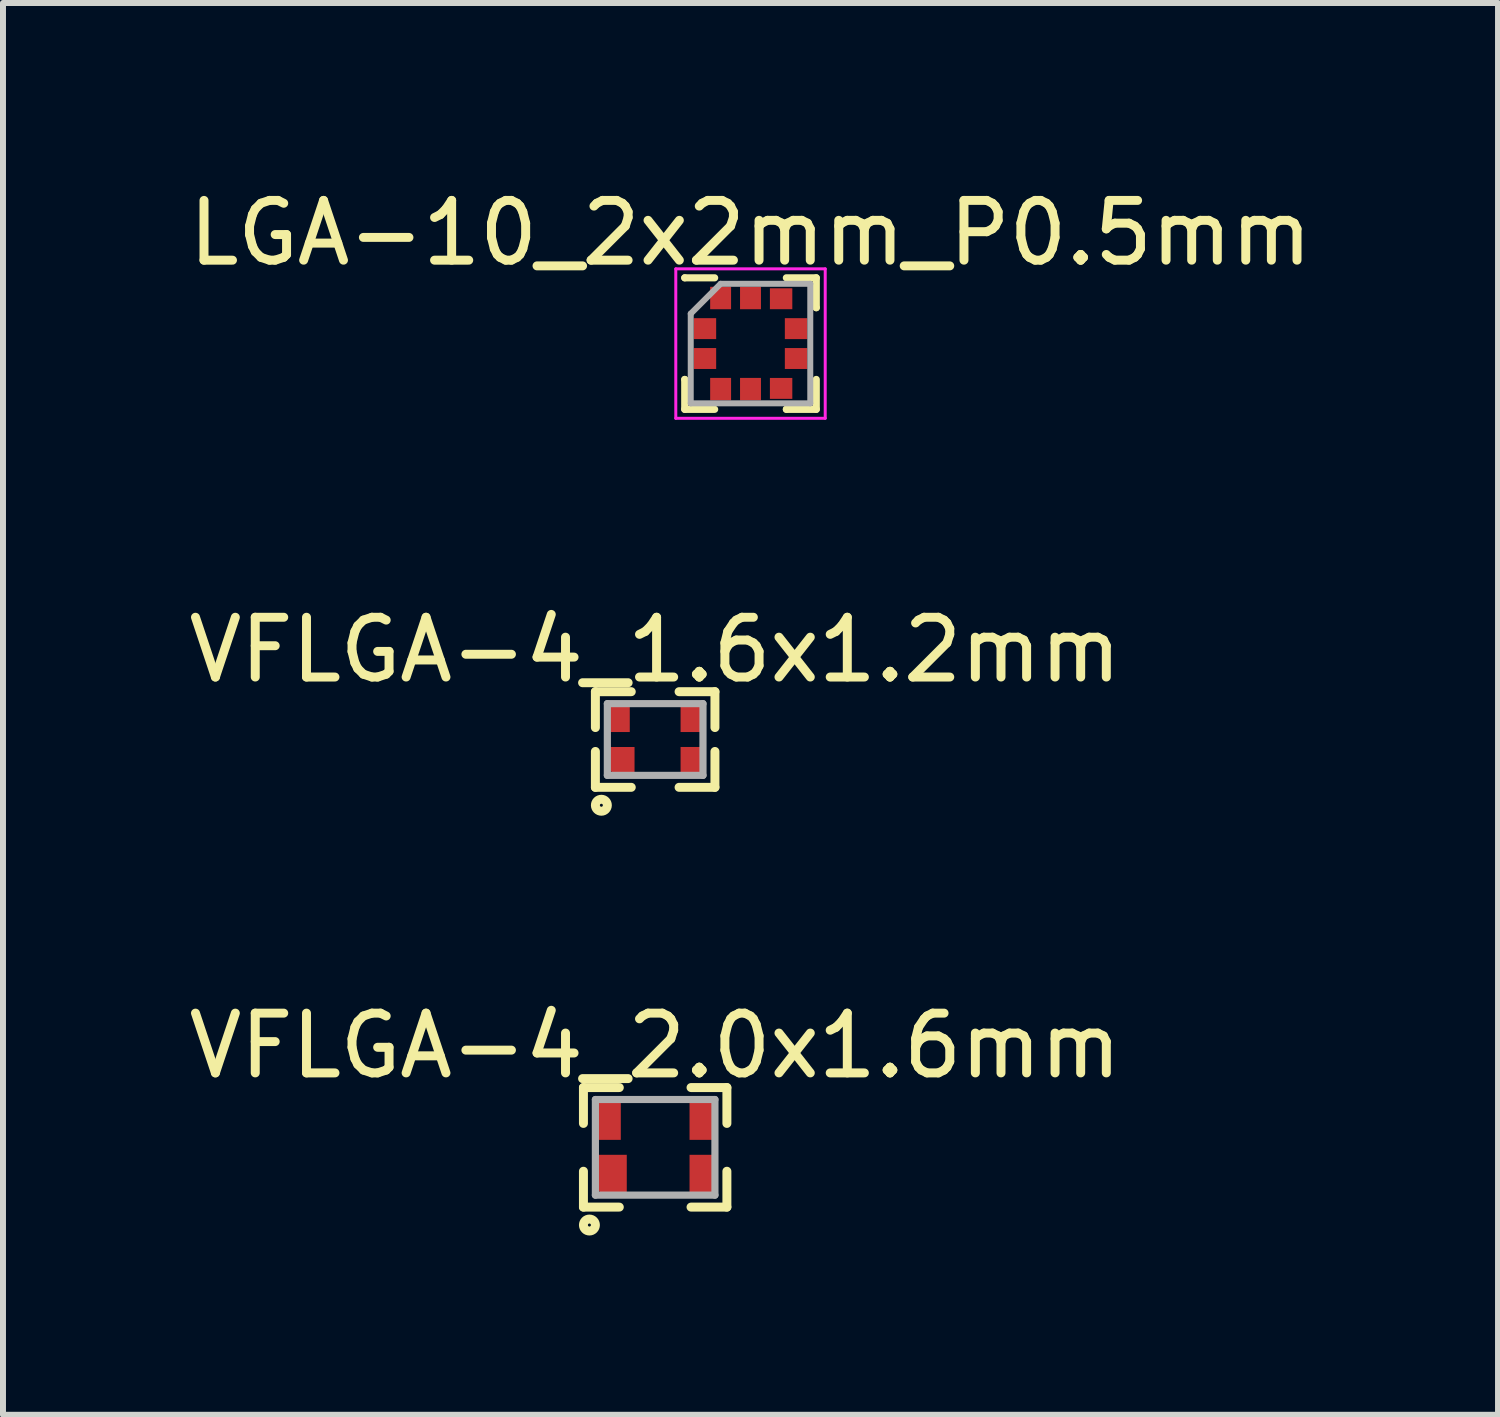
<source format=kicad_pcb>
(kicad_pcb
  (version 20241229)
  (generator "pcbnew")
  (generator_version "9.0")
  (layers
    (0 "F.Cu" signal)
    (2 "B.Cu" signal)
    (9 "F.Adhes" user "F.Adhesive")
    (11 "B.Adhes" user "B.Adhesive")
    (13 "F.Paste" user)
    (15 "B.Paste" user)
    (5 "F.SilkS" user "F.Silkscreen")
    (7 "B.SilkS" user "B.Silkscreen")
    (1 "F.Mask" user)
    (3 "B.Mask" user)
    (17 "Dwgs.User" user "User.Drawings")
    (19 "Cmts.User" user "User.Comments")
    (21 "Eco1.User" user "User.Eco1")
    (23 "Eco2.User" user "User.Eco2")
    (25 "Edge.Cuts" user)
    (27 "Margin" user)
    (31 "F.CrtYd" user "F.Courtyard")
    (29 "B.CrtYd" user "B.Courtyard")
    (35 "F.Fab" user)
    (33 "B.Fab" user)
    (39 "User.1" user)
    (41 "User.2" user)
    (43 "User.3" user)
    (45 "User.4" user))
  (footprint "VFLGA-4_2.0x1.6mm"
    (layer "F.Cu")
    (at 7.911 16.145)
    (property "Reference" "VFLGA-4_2.0x1.6mm" (at 0 -1.7 0) (layer "F.SilkS") (effects (font (size 1 1) (thickness 0.15))))
    (attr smd)
    (fp_line (start -1.2 -1) (end -1.2 -0.4) (stroke (width 0.15) (type solid)) (layer "F.SilkS"))
    (fp_line (start -1.2 -1) (end -0.6 -1) (stroke (width 0.15) (type solid)) (layer "F.SilkS"))
    (fp_line (start -1.2 0.4) (end -1.2 1) (stroke (width 0.15) (type solid)) (layer "F.SilkS"))
    (fp_line (start -1.2 1) (end -0.6 1) (stroke (width 0.15) (type solid)) (layer "F.SilkS"))
    (fp_line (start 0.6 -1) (end 1.2 -1) (stroke (width 0.15) (type solid)) (layer "F.SilkS"))
    (fp_line (start 1.2 -1) (end 1.2 -0.4) (stroke (width 0.15) (type solid)) (layer "F.SilkS"))
    (fp_line (start 1.2 0.4) (end 1.2 1) (stroke (width 0.15) (type solid)) (layer "F.SilkS"))
    (fp_line (start 1.2 1) (end 0.6 1) (stroke (width 0.15) (type solid)) (layer "F.SilkS"))
    (fp_circle (center -1.1 1.3) (end -1.2 1.3) (stroke (width 0.15) (type solid)) (fill no) (layer "F.SilkS"))
    (fp_line (start -1 -0.8) (end 1 -0.8) (stroke (width 0.12) (type solid)) (layer "F.Fab"))
    (fp_line (start -1 0.8) (end -1 -0.8) (stroke (width 0.12) (type solid)) (layer "F.Fab"))
    (fp_line (start 1 -0.8) (end 1 0.8) (stroke (width 0.12) (type solid)) (layer "F.Fab"))
    (fp_line (start 1 0.8) (end -1 0.8) (stroke (width 0.12) (type solid)) (layer "F.Fab"))
    (pad "1" smd custom (at -0.725 0.475) (size 0.24 0.7) (layers "F.Cu" "F.Mask" "F.Paste") (options (anchor rect)) (primitives (gr_poly (pts (xy 0.25 -0.35) (xy 0.25 0.35) (xy -0.12 0.35) (xy -0.25 0.22) (xy -0.25 -0.35)) (width 0) (fill yes))))
    (pad "2" smd rect (at 0.775 0.475) (size 0.4 0.7) (layers "F.Cu" "F.Mask" "F.Paste"))
    (pad "3" smd rect (at 0.775 -0.475) (size 0.4 0.7) (layers "F.Cu" "F.Mask" "F.Paste"))
    (pad "4" smd rect (at -0.775 -0.475) (size 0.4 0.7) (layers "F.Cu" "F.Mask" "F.Paste")))
  (footprint "LGA-10_2x2mm_P0.5mm"
    (layer "F.Cu")
    (at 9.506 2.698)
    (property "Reference" "LGA-10_2x2mm_P0.5mm" (at 0 -1.85 0) (layer "F.SilkS") (effects (font (size 1 1) (thickness 0.15))))
    (attr smd)
    (fp_line (start -1.1 -1.1) (end -1.1 -1.1) (stroke (width 0.12) (type solid)) (layer "F.SilkS"))
    (fp_line (start -1.1 0.6) (end -1.1 0.6) (stroke (width 0.12) (type solid)) (layer "F.SilkS"))
    (fp_line (start -1.1 1.1) (end -1.1 0.6) (stroke (width 0.12) (type solid)) (layer "F.SilkS"))
    (fp_line (start -0.6 -1.1) (end -1.1 -1.1) (stroke (width 0.12) (type solid)) (layer "F.SilkS"))
    (fp_line (start -0.6 1.1) (end -1.1 1.1) (stroke (width 0.12) (type solid)) (layer "F.SilkS"))
    (fp_line (start 0.6 -1.1) (end 1.1 -1.1) (stroke (width 0.12) (type solid)) (layer "F.SilkS"))
    (fp_line (start 0.6 1.1) (end 0.6 1.1) (stroke (width 0.12) (type solid)) (layer "F.SilkS"))
    (fp_line (start 1.1 -1.1) (end 1.1 -0.6) (stroke (width 0.12) (type solid)) (layer "F.SilkS"))
    (fp_line (start 1.1 -0.6) (end 1.1 -0.6) (stroke (width 0.12) (type solid)) (layer "F.SilkS"))
    (fp_line (start 1.1 0.6) (end 1.1 1.1) (stroke (width 0.12) (type solid)) (layer "F.SilkS"))
    (fp_line (start 1.1 1.1) (end 0.6 1.1) (stroke (width 0.12) (type solid)) (layer "F.SilkS"))
    (fp_line (start -1.25 -1.25) (end 1.25 -1.25) (stroke (width 0.05) (type solid)) (layer "F.CrtYd"))
    (fp_line (start -1.25 1.25) (end -1.25 -1.25) (stroke (width 0.05) (type solid)) (layer "F.CrtYd"))
    (fp_line (start 1.25 -1.25) (end 1.25 1.25) (stroke (width 0.05) (type solid)) (layer "F.CrtYd"))
    (fp_line (start 1.25 1.25) (end -1.25 1.25) (stroke (width 0.05) (type solid)) (layer "F.CrtYd"))
    (fp_line (start -1 -0.5) (end -0.5 -1) (stroke (width 0.1) (type solid)) (layer "F.Fab"))
    (fp_line (start -1 1) (end -1 -0.5) (stroke (width 0.1) (type solid)) (layer "F.Fab"))
    (fp_line (start -0.5 -1) (end 1 -1) (stroke (width 0.1) (type solid)) (layer "F.Fab"))
    (fp_line (start 1 -1) (end 1 1) (stroke (width 0.1) (type solid)) (layer "F.Fab"))
    (fp_line (start 1 1) (end -1 1) (stroke (width 0.1) (type solid)) (layer "F.Fab"))
    (pad "1" smd rect (at -0.762 -0.25) (size 0.375 0.35) (layers "F.Cu" "F.Mask" "F.Paste"))
    (pad "2" smd rect (at -0.762 0.25) (size 0.375 0.35) (layers "F.Cu" "F.Mask" "F.Paste"))
    (pad "3" smd rect (at -0.5 0.762 90) (size 0.375 0.35) (layers "F.Cu" "F.Mask" "F.Paste"))
    (pad "4" smd rect (at 0 0.762 90) (size 0.375 0.35) (layers "F.Cu" "F.Mask" "F.Paste"))
    (pad "5" smd rect (at 0.512 0.75) (size 0.375 0.35) (layers "F.Cu" "F.Mask" "F.Paste"))
    (pad "6" smd rect (at 0.762 0.25) (size 0.375 0.35) (layers "F.Cu" "F.Mask" "F.Paste"))
    (pad "7" smd rect (at 0.762 -0.25) (size 0.375 0.35) (layers "F.Cu" "F.Mask" "F.Paste"))
    (pad "8" smd rect (at 0.512 -0.75) (size 0.375 0.35) (layers "F.Cu" "F.Mask" "F.Paste"))
    (pad "9" smd rect (at 0 -0.762 90) (size 0.375 0.35) (layers "F.Cu" "F.Mask" "F.Paste"))
    (pad "10" smd rect (at -0.5 -0.762 90) (size 0.375 0.35) (layers "F.Cu" "F.Mask" "F.Paste")))
  (footprint "VFLGA-4_1.6x1.2mm"
    (layer "F.Cu")
    (at 7.911 9.322)
    (property "Reference" "VFLGA-4_1.6x1.2mm" (at 0 -1.5 0) (layer "F.SilkS") (effects (font (size 1 1) (thickness 0.15))))
    (attr smd)
    (fp_line (start -1 -0.8) (end -1 -0.2) (stroke (width 0.15) (type solid)) (layer "F.SilkS"))
    (fp_line (start -1 -0.8) (end -0.4 -0.8) (stroke (width 0.15) (type solid)) (layer "F.SilkS"))
    (fp_line (start -1 0.2) (end -1 0.8) (stroke (width 0.15) (type solid)) (layer "F.SilkS"))
    (fp_line (start -1 0.8) (end -0.4 0.8) (stroke (width 0.15) (type solid)) (layer "F.SilkS"))
    (fp_line (start 0.4 -0.8) (end 1 -0.8) (stroke (width 0.15) (type solid)) (layer "F.SilkS"))
    (fp_line (start 1 -0.8) (end 1 -0.2) (stroke (width 0.15) (type solid)) (layer "F.SilkS"))
    (fp_line (start 1 0.2) (end 1 0.8) (stroke (width 0.15) (type solid)) (layer "F.SilkS"))
    (fp_line (start 1 0.8) (end 0.4 0.8) (stroke (width 0.15) (type solid)) (layer "F.SilkS"))
    (fp_circle (center -0.9 1.1) (end -1 1.1) (stroke (width 0.15) (type solid)) (fill no) (layer "F.SilkS"))
    (fp_line (start -0.8 -0.6) (end 0.8 -0.6) (stroke (width 0.12) (type solid)) (layer "F.Fab"))
    (fp_line (start -0.8 0.6) (end -0.8 -0.6) (stroke (width 0.12) (type solid)) (layer "F.Fab"))
    (fp_line (start 0.8 -0.6) (end 0.8 0.6) (stroke (width 0.12) (type solid)) (layer "F.Fab"))
    (fp_line (start 0.8 0.6) (end -0.8 0.6) (stroke (width 0.12) (type solid)) (layer "F.Fab"))
    (pad "1" smd custom (at -0.56 0.375) (size 0.16 0.5) (layers "F.Cu" "F.Mask" "F.Paste") (options (anchor rect)) (primitives (gr_poly (pts (xy 0.215 -0.25) (xy 0.215 0.25) (xy -0.085 0.25) (xy -0.215 0.12) (xy -0.215 -0.25)) (width 0) (fill yes))))
    (pad "2" smd rect (at 0.6 0.375) (size 0.35 0.5) (layers "F.Cu" "F.Mask" "F.Paste"))
    (pad "3" smd rect (at 0.6 -0.375) (size 0.35 0.5) (layers "F.Cu" "F.Mask" "F.Paste"))
    (pad "4" smd rect (at -0.6 -0.375) (size 0.35 0.5) (layers "F.Cu" "F.Mask" "F.Paste")))
  (gr_rect
    (start -3 -3)
    (end 22.012 20.62)
    (stroke (width 0.1) (type default))
    (fill no)
    (layer "Edge.Cuts")))
</source>
